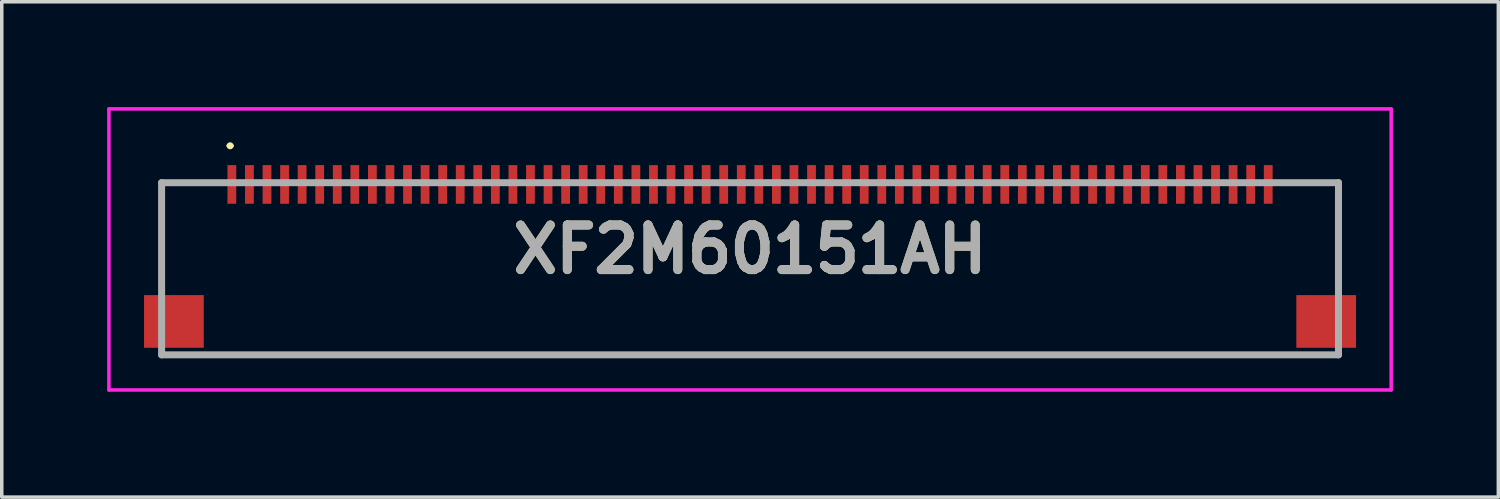
<source format=kicad_pcb>
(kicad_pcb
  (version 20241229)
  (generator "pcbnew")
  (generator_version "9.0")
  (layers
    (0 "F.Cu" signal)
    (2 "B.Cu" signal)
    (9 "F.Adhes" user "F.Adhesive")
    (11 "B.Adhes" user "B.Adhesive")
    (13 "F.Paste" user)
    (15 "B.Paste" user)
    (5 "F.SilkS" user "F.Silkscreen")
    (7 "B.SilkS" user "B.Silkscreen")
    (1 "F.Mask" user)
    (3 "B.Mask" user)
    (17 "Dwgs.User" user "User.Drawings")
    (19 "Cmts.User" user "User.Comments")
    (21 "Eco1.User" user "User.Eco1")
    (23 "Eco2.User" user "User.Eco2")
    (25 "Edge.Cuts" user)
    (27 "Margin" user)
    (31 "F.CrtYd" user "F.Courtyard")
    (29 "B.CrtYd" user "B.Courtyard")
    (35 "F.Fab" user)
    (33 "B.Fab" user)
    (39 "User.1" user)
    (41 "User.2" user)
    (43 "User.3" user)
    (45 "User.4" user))
  (footprint "XF2M60151AH"
    (layer "F.Cu")
    (at 18.3 4.6)
    (property "Reference" "XF2M60151AH" (at 0 -0.55 0) (layer "F.SilkS") (effects (font (size 1.27 1.27) (thickness 0.254))))
    (attr smd)
    (fp_line (start -16.75 -2.45) (end -16.75 0.5) (stroke (width 0.1) (type solid)) (layer "F.SilkS"))
    (fp_line (start -15.5 -2.45) (end -16.75 -2.45) (stroke (width 0.1) (type solid)) (layer "F.SilkS"))
    (fp_line (start -15.5 2.45) (end 15 2.45) (stroke (width 0.1) (type solid)) (layer "F.SilkS"))
    (fp_line (start -14.85 -3.5) (end -14.85 -3.5) (stroke (width 0.1) (type solid)) (layer "F.SilkS"))
    (fp_line (start -14.75 -3.5) (end -14.75 -3.5) (stroke (width 0.1) (type solid)) (layer "F.SilkS"))
    (fp_line (start 15.5 -2.45) (end 16.75 -2.45) (stroke (width 0.1) (type solid)) (layer "F.SilkS"))
    (fp_line (start 16.75 -2.45) (end 16.75 0.5) (stroke (width 0.1) (type solid)) (layer "F.SilkS"))
    (fp_arc (start -14.85 -3.5) (mid -14.8 -3.55) (end -14.75 -3.5) (stroke (width 0.1) (type solid)) (layer "F.SilkS"))
    (fp_arc (start -14.75 -3.5) (mid -14.8 -3.45) (end -14.85 -3.5) (stroke (width 0.1) (type solid)) (layer "F.SilkS"))
    (fp_line (start -18.25 -4.55) (end 18.25 -4.55) (stroke (width 0.1) (type solid)) (layer "F.CrtYd"))
    (fp_line (start -18.25 3.45) (end -18.25 -4.55) (stroke (width 0.1) (type solid)) (layer "F.CrtYd"))
    (fp_line (start 18.25 -4.55) (end 18.25 3.45) (stroke (width 0.1) (type solid)) (layer "F.CrtYd"))
    (fp_line (start 18.25 3.45) (end -18.25 3.45) (stroke (width 0.1) (type solid)) (layer "F.CrtYd"))
    (fp_line (start -16.75 -2.45) (end 16.75 -2.45) (stroke (width 0.2) (type solid)) (layer "F.Fab"))
    (fp_line (start -16.75 2.45) (end -16.75 -2.45) (stroke (width 0.2) (type solid)) (layer "F.Fab"))
    (fp_line (start 16.75 -2.45) (end 16.75 2.45) (stroke (width 0.2) (type solid)) (layer "F.Fab"))
    (fp_line (start 16.75 2.45) (end -16.75 2.45) (stroke (width 0.2) (type solid)) (layer "F.Fab"))
    (fp_text user "${REFERENCE}" (at 0 -0.55 0) (layer "F.Fab") (effects (font (size 1.27 1.27) (thickness 0.254))))
    (pad "1" smd rect (at -14.75 -2.4) (size 0.25 1.1) (layers "F.Cu" "F.Mask" "F.Paste"))
    (pad "2" smd rect (at -14.25 -2.4) (size 0.25 1.1) (layers "F.Cu" "F.Mask" "F.Paste"))
    (pad "3" smd rect (at -13.75 -2.4) (size 0.25 1.1) (layers "F.Cu" "F.Mask" "F.Paste"))
    (pad "4" smd rect (at -13.25 -2.4) (size 0.25 1.1) (layers "F.Cu" "F.Mask" "F.Paste"))
    (pad "5" smd rect (at -12.75 -2.4) (size 0.25 1.1) (layers "F.Cu" "F.Mask" "F.Paste"))
    (pad "6" smd rect (at -12.25 -2.4) (size 0.25 1.1) (layers "F.Cu" "F.Mask" "F.Paste"))
    (pad "7" smd rect (at -11.75 -2.4) (size 0.25 1.1) (layers "F.Cu" "F.Mask" "F.Paste"))
    (pad "8" smd rect (at -11.25 -2.4) (size 0.25 1.1) (layers "F.Cu" "F.Mask" "F.Paste"))
    (pad "9" smd rect (at -10.75 -2.4) (size 0.25 1.1) (layers "F.Cu" "F.Mask" "F.Paste"))
    (pad "10" smd rect (at -10.25 -2.4) (size 0.25 1.1) (layers "F.Cu" "F.Mask" "F.Paste"))
    (pad "11" smd rect (at -9.75 -2.4) (size 0.25 1.1) (layers "F.Cu" "F.Mask" "F.Paste"))
    (pad "12" smd rect (at -9.25 -2.4) (size 0.25 1.1) (layers "F.Cu" "F.Mask" "F.Paste"))
    (pad "13" smd rect (at -8.75 -2.4) (size 0.25 1.1) (layers "F.Cu" "F.Mask" "F.Paste"))
    (pad "14" smd rect (at -8.25 -2.4) (size 0.25 1.1) (layers "F.Cu" "F.Mask" "F.Paste"))
    (pad "15" smd rect (at -7.75 -2.4) (size 0.25 1.1) (layers "F.Cu" "F.Mask" "F.Paste"))
    (pad "16" smd rect (at -7.25 -2.4) (size 0.25 1.1) (layers "F.Cu" "F.Mask" "F.Paste"))
    (pad "17" smd rect (at -6.75 -2.4) (size 0.25 1.1) (layers "F.Cu" "F.Mask" "F.Paste"))
    (pad "18" smd rect (at -6.25 -2.4) (size 0.25 1.1) (layers "F.Cu" "F.Mask" "F.Paste"))
    (pad "19" smd rect (at -5.75 -2.4) (size 0.25 1.1) (layers "F.Cu" "F.Mask" "F.Paste"))
    (pad "20" smd rect (at -5.25 -2.4) (size 0.25 1.1) (layers "F.Cu" "F.Mask" "F.Paste"))
    (pad "21" smd rect (at -4.75 -2.4) (size 0.25 1.1) (layers "F.Cu" "F.Mask" "F.Paste"))
    (pad "22" smd rect (at -4.25 -2.4) (size 0.25 1.1) (layers "F.Cu" "F.Mask" "F.Paste"))
    (pad "23" smd rect (at -3.75 -2.4) (size 0.25 1.1) (layers "F.Cu" "F.Mask" "F.Paste"))
    (pad "24" smd rect (at -3.25 -2.4) (size 0.25 1.1) (layers "F.Cu" "F.Mask" "F.Paste"))
    (pad "25" smd rect (at -2.75 -2.4) (size 0.25 1.1) (layers "F.Cu" "F.Mask" "F.Paste"))
    (pad "26" smd rect (at -2.25 -2.4) (size 0.25 1.1) (layers "F.Cu" "F.Mask" "F.Paste"))
    (pad "27" smd rect (at -1.75 -2.4) (size 0.25 1.1) (layers "F.Cu" "F.Mask" "F.Paste"))
    (pad "28" smd rect (at -1.25 -2.4) (size 0.25 1.1) (layers "F.Cu" "F.Mask" "F.Paste"))
    (pad "29" smd rect (at -0.75 -2.4) (size 0.25 1.1) (layers "F.Cu" "F.Mask" "F.Paste"))
    (pad "30" smd rect (at -0.25 -2.4) (size 0.25 1.1) (layers "F.Cu" "F.Mask" "F.Paste"))
    (pad "31" smd rect (at 0.25 -2.4) (size 0.25 1.1) (layers "F.Cu" "F.Mask" "F.Paste"))
    (pad "32" smd rect (at 0.75 -2.4) (size 0.25 1.1) (layers "F.Cu" "F.Mask" "F.Paste"))
    (pad "33" smd rect (at 1.25 -2.4) (size 0.25 1.1) (layers "F.Cu" "F.Mask" "F.Paste"))
    (pad "34" smd rect (at 1.75 -2.4) (size 0.25 1.1) (layers "F.Cu" "F.Mask" "F.Paste"))
    (pad "35" smd rect (at 2.25 -2.4) (size 0.25 1.1) (layers "F.Cu" "F.Mask" "F.Paste"))
    (pad "36" smd rect (at 2.75 -2.4) (size 0.25 1.1) (layers "F.Cu" "F.Mask" "F.Paste"))
    (pad "37" smd rect (at 3.25 -2.4) (size 0.25 1.1) (layers "F.Cu" "F.Mask" "F.Paste"))
    (pad "38" smd rect (at 3.75 -2.4) (size 0.25 1.1) (layers "F.Cu" "F.Mask" "F.Paste"))
    (pad "39" smd rect (at 4.25 -2.4) (size 0.25 1.1) (layers "F.Cu" "F.Mask" "F.Paste"))
    (pad "40" smd rect (at 4.75 -2.4) (size 0.25 1.1) (layers "F.Cu" "F.Mask" "F.Paste"))
    (pad "41" smd rect (at 5.25 -2.4) (size 0.25 1.1) (layers "F.Cu" "F.Mask" "F.Paste"))
    (pad "42" smd rect (at 5.75 -2.4) (size 0.25 1.1) (layers "F.Cu" "F.Mask" "F.Paste"))
    (pad "43" smd rect (at 6.25 -2.4) (size 0.25 1.1) (layers "F.Cu" "F.Mask" "F.Paste"))
    (pad "44" smd rect (at 6.75 -2.4) (size 0.25 1.1) (layers "F.Cu" "F.Mask" "F.Paste"))
    (pad "45" smd rect (at 7.25 -2.4) (size 0.25 1.1) (layers "F.Cu" "F.Mask" "F.Paste"))
    (pad "46" smd rect (at 7.75 -2.4) (size 0.25 1.1) (layers "F.Cu" "F.Mask" "F.Paste"))
    (pad "47" smd rect (at 8.25 -2.4) (size 0.25 1.1) (layers "F.Cu" "F.Mask" "F.Paste"))
    (pad "48" smd rect (at 8.75 -2.4) (size 0.25 1.1) (layers "F.Cu" "F.Mask" "F.Paste"))
    (pad "49" smd rect (at 9.25 -2.4) (size 0.25 1.1) (layers "F.Cu" "F.Mask" "F.Paste"))
    (pad "50" smd rect (at 9.75 -2.4) (size 0.25 1.1) (layers "F.Cu" "F.Mask" "F.Paste"))
    (pad "51" smd rect (at 10.25 -2.4) (size 0.25 1.1) (layers "F.Cu" "F.Mask" "F.Paste"))
    (pad "52" smd rect (at 10.75 -2.4) (size 0.25 1.1) (layers "F.Cu" "F.Mask" "F.Paste"))
    (pad "53" smd rect (at 11.25 -2.4) (size 0.25 1.1) (layers "F.Cu" "F.Mask" "F.Paste"))
    (pad "54" smd rect (at 11.75 -2.4) (size 0.25 1.1) (layers "F.Cu" "F.Mask" "F.Paste"))
    (pad "55" smd rect (at 12.25 -2.4) (size 0.25 1.1) (layers "F.Cu" "F.Mask" "F.Paste"))
    (pad "56" smd rect (at 12.75 -2.4) (size 0.25 1.1) (layers "F.Cu" "F.Mask" "F.Paste"))
    (pad "57" smd rect (at 13.25 -2.4) (size 0.25 1.1) (layers "F.Cu" "F.Mask" "F.Paste"))
    (pad "58" smd rect (at 13.75 -2.4) (size 0.25 1.1) (layers "F.Cu" "F.Mask" "F.Paste"))
    (pad "59" smd rect (at 14.25 -2.4) (size 0.25 1.1) (layers "F.Cu" "F.Mask" "F.Paste"))
    (pad "60" smd rect (at 14.75 -2.4) (size 0.25 1.1) (layers "F.Cu" "F.Mask" "F.Paste"))
    (pad "MP1" smd rect (at -16.4 1.5 90) (size 1.5 1.7) (layers "F.Cu" "F.Mask" "F.Paste"))
    (pad "MP2" smd rect (at 16.4 1.5 90) (size 1.5 1.7) (layers "F.Cu" "F.Mask" "F.Paste")))
  (gr_rect
    (start -3 -3)
    (end 39.6 11.1)
    (stroke (width 0.1) (type default))
    (fill no)
    (layer "Edge.Cuts")))
</source>
